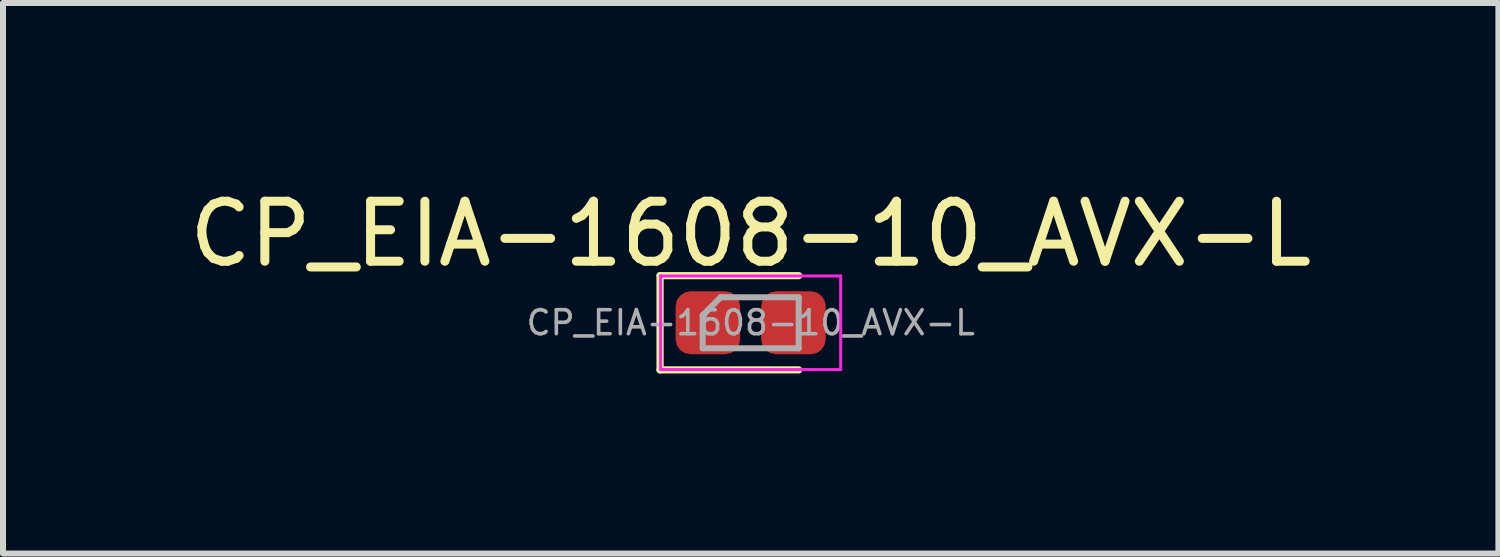
<source format=kicad_pcb>
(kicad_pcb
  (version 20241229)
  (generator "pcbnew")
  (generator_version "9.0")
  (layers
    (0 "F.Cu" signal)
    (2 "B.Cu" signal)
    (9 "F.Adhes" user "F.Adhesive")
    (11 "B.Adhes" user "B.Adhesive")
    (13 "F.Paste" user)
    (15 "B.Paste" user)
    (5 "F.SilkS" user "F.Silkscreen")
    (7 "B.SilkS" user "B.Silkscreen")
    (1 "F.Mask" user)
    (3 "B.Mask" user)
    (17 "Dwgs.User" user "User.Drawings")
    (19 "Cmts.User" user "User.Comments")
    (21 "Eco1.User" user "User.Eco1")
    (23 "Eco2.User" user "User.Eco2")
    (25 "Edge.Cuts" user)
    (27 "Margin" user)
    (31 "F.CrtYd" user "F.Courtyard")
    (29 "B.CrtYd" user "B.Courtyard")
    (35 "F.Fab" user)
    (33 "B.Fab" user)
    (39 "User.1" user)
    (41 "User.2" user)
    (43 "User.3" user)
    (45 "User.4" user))
  (footprint "CP_EIA-1608-10_AVX-L"
    (layer "F.Cu")
    (at 9.458 2.328)
    (property "Reference" "CP_EIA-1608-10_AVX-L" (at 0 -1.48 0) (layer "F.SilkS") (effects (font (size 1 1) (thickness 0.15))))
    (attr smd)
    (fp_line (start -1.51 -0.785) (end -1.51 0.785) (stroke (width 0.12) (type solid)) (layer "F.SilkS"))
    (fp_line (start -1.51 0.785) (end 0.8 0.785) (stroke (width 0.12) (type solid)) (layer "F.SilkS"))
    (fp_line (start 0.8 -0.785) (end -1.51 -0.785) (stroke (width 0.12) (type solid)) (layer "F.SilkS"))
    (fp_line (start -1.5 -0.78) (end 1.5 -0.78) (stroke (width 0.05) (type solid)) (layer "F.CrtYd"))
    (fp_line (start -1.5 0.78) (end -1.5 -0.78) (stroke (width 0.05) (type solid)) (layer "F.CrtYd"))
    (fp_line (start 1.5 -0.78) (end 1.5 0.78) (stroke (width 0.05) (type solid)) (layer "F.CrtYd"))
    (fp_line (start 1.5 0.78) (end -1.5 0.78) (stroke (width 0.05) (type solid)) (layer "F.CrtYd"))
    (fp_line (start -0.8 -0.125) (end -0.8 0.425) (stroke (width 0.1) (type solid)) (layer "F.Fab"))
    (fp_line (start -0.8 0.425) (end 0.8 0.425) (stroke (width 0.1) (type solid)) (layer "F.Fab"))
    (fp_line (start -0.5 -0.425) (end -0.8 -0.125) (stroke (width 0.1) (type solid)) (layer "F.Fab"))
    (fp_line (start 0.8 -0.425) (end -0.5 -0.425) (stroke (width 0.1) (type solid)) (layer "F.Fab"))
    (fp_line (start 0.8 0.425) (end 0.8 -0.425) (stroke (width 0.1) (type solid)) (layer "F.Fab"))
    (fp_text user "${REFERENCE}" (at 0 0 0) (layer "F.Fab") (effects (font (size 0.4 0.4) (thickness 0.06))))
    (pad "1" smd roundrect (at -0.713 0) (size 1.075 1.05) (layers "F.Cu" "F.Mask" "F.Paste") (roundrect_rratio 0.238))
    (pad "2" smd roundrect (at 0.713 0) (size 1.075 1.05) (layers "F.Cu" "F.Mask" "F.Paste") (roundrect_rratio 0.238)))
  (gr_rect
    (start -3 -3)
    (end 21.917 6.173)
    (stroke (width 0.1) (type default))
    (fill no)
    (layer "Edge.Cuts")))
</source>
